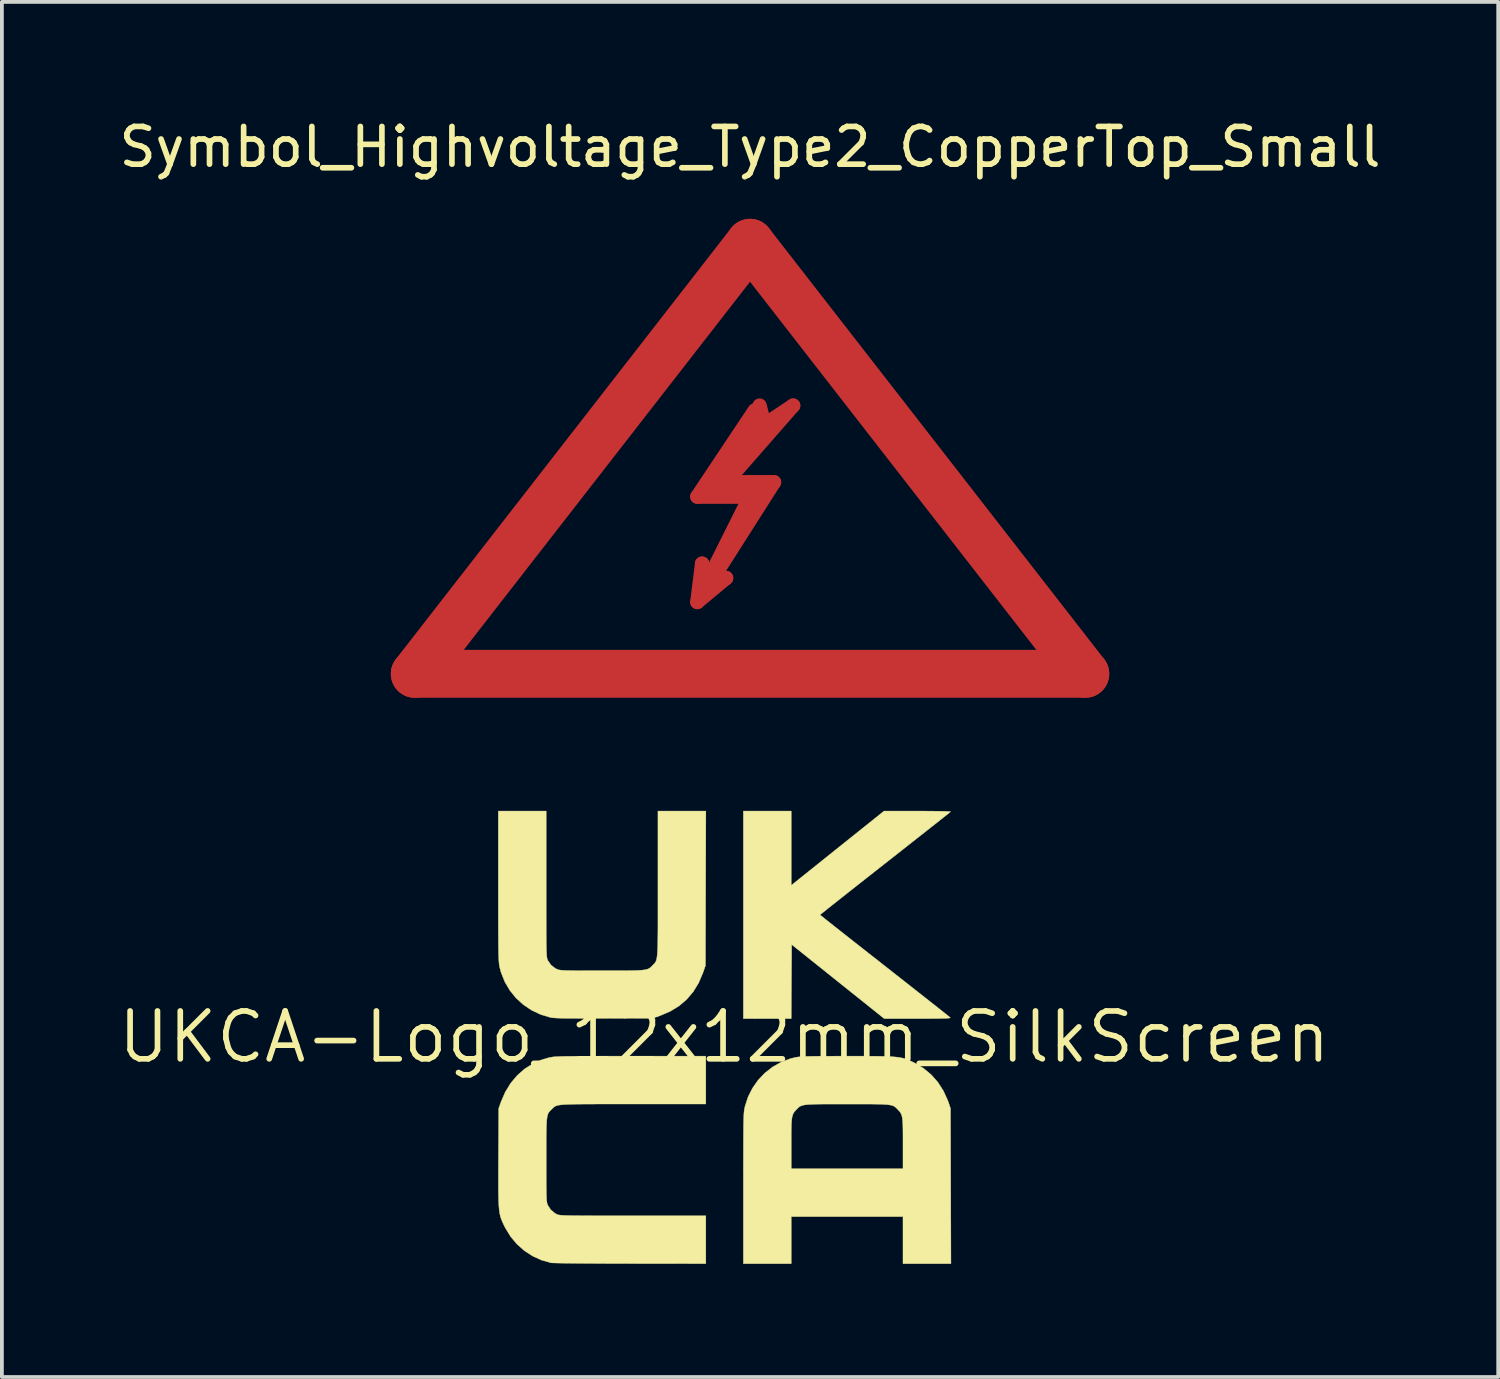
<source format=kicad_pcb>
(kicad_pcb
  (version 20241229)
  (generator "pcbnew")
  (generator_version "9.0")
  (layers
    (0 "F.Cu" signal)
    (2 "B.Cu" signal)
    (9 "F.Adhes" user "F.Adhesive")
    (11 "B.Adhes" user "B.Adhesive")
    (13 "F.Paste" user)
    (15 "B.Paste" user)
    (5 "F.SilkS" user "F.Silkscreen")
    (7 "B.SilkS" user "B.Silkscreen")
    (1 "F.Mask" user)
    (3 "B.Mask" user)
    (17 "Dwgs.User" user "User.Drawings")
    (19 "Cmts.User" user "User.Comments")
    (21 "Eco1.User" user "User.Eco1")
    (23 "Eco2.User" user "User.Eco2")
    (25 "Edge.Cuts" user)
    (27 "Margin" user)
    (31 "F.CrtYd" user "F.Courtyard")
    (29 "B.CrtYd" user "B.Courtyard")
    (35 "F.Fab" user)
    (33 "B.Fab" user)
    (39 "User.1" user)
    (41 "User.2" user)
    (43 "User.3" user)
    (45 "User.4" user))
  (footprint "UKCA-Logo_12x12mm_SilkScreen"
    (layer "F.Cu")
    (at 16.154 24.448)
    (property "Reference" "UKCA-Logo_12x12mm_SilkScreen" (at 0 0 0) (layer "F.SilkS") (effects (font (size 1.27 1.27) (thickness 0.15))))
    (attr through_hole)
    (fp_poly (pts (xy 1.778 -4.021) (xy 3.008 -5.006) (xy 4.238 -5.99) (xy 5.126 -5.99) (xy 5.315 -5.99) (xy 5.49 -5.989) (xy 5.646 -5.987) (xy 5.779 -5.985) (xy 5.885 -5.982) (xy 5.96 -5.979) (xy 5.999 -5.976) (xy 6.004 -5.974) (xy 5.986 -5.959) (xy 5.938 -5.92) (xy 5.86 -5.858) (xy 5.755 -5.775) (xy 5.627 -5.673) (xy 5.475 -5.554) (xy 5.304 -5.419) (xy 5.115 -5.27) (xy 4.91 -5.109) (xy 4.692 -4.937) (xy 4.463 -4.757) (xy 4.268 -4.604) (xy 4.031 -4.418) (xy 3.804 -4.239) (xy 3.589 -4.07) (xy 3.387 -3.911) (xy 3.202 -3.765) (xy 3.035 -3.633) (xy 2.889 -3.517) (xy 2.765 -3.419) (xy 2.667 -3.34) (xy 2.595 -3.283) (xy 2.553 -3.248) (xy 2.542 -3.239) (xy 2.558 -3.224) (xy 2.606 -3.186) (xy 2.682 -3.124) (xy 2.786 -3.042) (xy 2.913 -2.941) (xy 3.063 -2.823) (xy 3.234 -2.688) (xy 3.422 -2.54) (xy 3.626 -2.38) (xy 3.843 -2.209) (xy 4.072 -2.03) (xy 4.257 -1.884) (xy 4.494 -1.698) (xy 4.721 -1.52) (xy 4.937 -1.35) (xy 5.139 -1.191) (xy 5.325 -1.045) (xy 5.493 -0.912) (xy 5.641 -0.796) (xy 5.766 -0.697) (xy 5.866 -0.617) (xy 5.939 -0.559) (xy 5.982 -0.524) (xy 5.994 -0.513) (xy 5.992 -0.507) (xy 5.972 -0.501) (xy 5.93 -0.497) (xy 5.863 -0.493) (xy 5.768 -0.491) (xy 5.643 -0.489) (xy 5.484 -0.488) (xy 5.287 -0.487) (xy 5.13 -0.487) (xy 4.244 -0.487) (xy 3.016 -1.469) (xy 1.789 -2.451) (xy 1.783 -1.469) (xy 1.778 -0.487) (xy 0.508 -0.487) (xy 0.508 -5.99) (xy 1.778 -5.99) (xy 1.778 -4.021)) (stroke (width 0.01) (type solid)) (fill yes) (layer "F.SilkS"))
    (fp_poly (pts (xy -4.72 -4.053) (xy -4.72 -3.722) (xy -4.72 -3.432) (xy -4.72 -3.179) (xy -4.719 -2.959) (xy -4.719 -2.772) (xy -4.718 -2.613) (xy -4.717 -2.481) (xy -4.715 -2.373) (xy -4.713 -2.285) (xy -4.71 -2.216) (xy -4.707 -2.162) (xy -4.703 -2.122) (xy -4.698 -2.091) (xy -4.693 -2.068) (xy -4.687 -2.051) (xy -4.679 -2.035) (xy -4.676 -2.028) (xy -4.595 -1.911) (xy -4.486 -1.824) (xy -4.434 -1.797) (xy -4.413 -1.788) (xy -4.389 -1.781) (xy -4.356 -1.775) (xy -4.313 -1.77) (xy -4.255 -1.766) (xy -4.179 -1.763) (xy -4.081 -1.761) (xy -3.957 -1.759) (xy -3.804 -1.759) (xy -3.618 -1.758) (xy -3.396 -1.758) (xy -3.239 -1.758) (xy -2.983 -1.758) (xy -2.766 -1.758) (xy -2.584 -1.759) (xy -2.433 -1.761) (xy -2.311 -1.764) (xy -2.213 -1.77) (xy -2.135 -1.777) (xy -2.075 -1.787) (xy -2.028 -1.801) (xy -1.991 -1.817) (xy -1.961 -1.838) (xy -1.933 -1.863) (xy -1.905 -1.892) (xy -1.89 -1.908) (xy -1.868 -1.931) (xy -1.848 -1.951) (xy -1.831 -1.972) (xy -1.816 -1.996) (xy -1.803 -2.025) (xy -1.793 -2.063) (xy -1.784 -2.111) (xy -1.776 -2.173) (xy -1.77 -2.251) (xy -1.766 -2.349) (xy -1.762 -2.467) (xy -1.76 -2.61) (xy -1.758 -2.78) (xy -1.757 -2.979) (xy -1.757 -3.211) (xy -1.757 -3.477) (xy -1.757 -3.78) (xy -1.757 -4.063) (xy -1.757 -5.99) (xy -0.486 -5.99) (xy -0.492 -3.942) (xy -0.497 -1.894) (xy -0.567 -1.693) (xy -0.679 -1.432) (xy -0.821 -1.2) (xy -0.994 -0.997) (xy -1.196 -0.824) (xy -1.429 -0.681) (xy -1.69 -0.569) (xy -1.694 -0.567) (xy -1.894 -0.497) (xy -3.186 -0.493) (xy -3.465 -0.493) (xy -3.705 -0.492) (xy -3.908 -0.493) (xy -4.08 -0.494) (xy -4.221 -0.495) (xy -4.336 -0.498) (xy -4.428 -0.501) (xy -4.5 -0.505) (xy -4.556 -0.51) (xy -4.597 -0.516) (xy -4.612 -0.519) (xy -4.871 -0.597) (xy -5.11 -0.711) (xy -5.328 -0.858) (xy -5.521 -1.034) (xy -5.686 -1.238) (xy -5.819 -1.465) (xy -5.917 -1.713) (xy -5.948 -1.826) (xy -5.955 -1.857) (xy -5.961 -1.889) (xy -5.967 -1.924) (xy -5.971 -1.966) (xy -5.975 -2.017) (xy -5.979 -2.08) (xy -5.982 -2.157) (xy -5.984 -2.252) (xy -5.986 -2.368) (xy -5.987 -2.506) (xy -5.988 -2.67) (xy -5.989 -2.862) (xy -5.99 -3.085) (xy -5.99 -3.342) (xy -5.99 -3.636) (xy -5.99 -3.97) (xy -5.99 -3.995) (xy -5.99 -5.99) (xy -4.72 -5.99) (xy -4.72 -4.053)) (stroke (width 0.01) (type solid)) (fill yes) (layer "F.SilkS"))
    (fp_poly (pts (xy 3.554 0.508) (xy 3.795 0.509) (xy 4 0.51) (xy 4.175 0.513) (xy 4.323 0.517) (xy 4.447 0.523) (xy 4.552 0.532) (xy 4.64 0.543) (xy 4.717 0.557) (xy 4.785 0.575) (xy 4.849 0.597) (xy 4.911 0.623) (xy 4.977 0.653) (xy 5.048 0.688) (xy 5.282 0.828) (xy 5.488 0.999) (xy 5.666 1.2) (xy 5.813 1.43) (xy 5.93 1.687) (xy 5.951 1.746) (xy 6.001 1.894) (xy 6.007 3.953) (xy 6.013 6.011) (xy 4.741 6.011) (xy 4.741 4.763) (xy 1.778 4.763) (xy 1.778 6.011) (xy 0.508 6.011) (xy 0.508 4.016) (xy 0.508 3.68) (xy 0.508 3.383) (xy 0.509 3.124) (xy 0.509 2.898) (xy 0.509 2.814) (xy 1.778 2.814) (xy 1.778 3.493) (xy 4.741 3.493) (xy 4.741 2.825) (xy 4.741 2.626) (xy 4.74 2.464) (xy 4.737 2.335) (xy 4.732 2.233) (xy 4.724 2.154) (xy 4.711 2.093) (xy 4.695 2.045) (xy 4.673 2.006) (xy 4.645 1.969) (xy 4.61 1.931) (xy 4.608 1.929) (xy 4.578 1.897) (xy 4.55 1.87) (xy 4.521 1.848) (xy 4.488 1.829) (xy 4.446 1.814) (xy 4.393 1.803) (xy 4.324 1.794) (xy 4.236 1.788) (xy 4.125 1.783) (xy 3.988 1.781) (xy 3.821 1.779) (xy 3.62 1.779) (xy 3.383 1.779) (xy 3.26 1.779) (xy 3.004 1.779) (xy 2.787 1.779) (xy 2.605 1.78) (xy 2.454 1.782) (xy 2.332 1.786) (xy 2.234 1.791) (xy 2.156 1.798) (xy 2.096 1.809) (xy 2.049 1.822) (xy 2.012 1.839) (xy 1.982 1.859) (xy 1.954 1.884) (xy 1.926 1.914) (xy 1.911 1.929) (xy 1.876 1.967) (xy 1.848 2.004) (xy 1.826 2.043) (xy 1.809 2.09) (xy 1.796 2.151) (xy 1.788 2.228) (xy 1.782 2.329) (xy 1.779 2.457) (xy 1.778 2.617) (xy 1.778 2.814) (xy 0.509 2.814) (xy 0.51 2.704) (xy 0.511 2.538) (xy 0.512 2.398) (xy 0.514 2.281) (xy 0.516 2.185) (xy 0.519 2.106) (xy 0.522 2.042) (xy 0.526 1.99) (xy 0.531 1.948) (xy 0.536 1.912) (xy 0.543 1.88) (xy 0.55 1.85) (xy 0.55 1.847) (xy 0.632 1.592) (xy 0.75 1.357) (xy 0.9 1.143) (xy 1.079 0.955) (xy 1.284 0.795) (xy 1.511 0.667) (xy 1.757 0.574) (xy 1.89 0.541) (xy 1.93 0.534) (xy 1.979 0.528) (xy 2.038 0.523) (xy 2.113 0.519) (xy 2.205 0.515) (xy 2.32 0.513) (xy 2.46 0.511) (xy 2.629 0.509) (xy 2.831 0.509) (xy 3.068 0.508) (xy 3.275 0.508) (xy 3.554 0.508)) (stroke (width 0.01) (type solid)) (fill yes) (layer "F.SilkS"))
    (fp_poly (pts (xy -0.487 1.778) (xy -2.414 1.778) (xy -2.751 1.778) (xy -3.048 1.778) (xy -3.308 1.778) (xy -3.534 1.779) (xy -3.728 1.78) (xy -3.893 1.781) (xy -4.031 1.784) (xy -4.146 1.788) (xy -4.24 1.792) (xy -4.315 1.798) (xy -4.375 1.806) (xy -4.421 1.815) (xy -4.458 1.827) (xy -4.486 1.84) (xy -4.509 1.855) (xy -4.529 1.873) (xy -4.55 1.893) (xy -4.569 1.911) (xy -4.601 1.942) (xy -4.628 1.969) (xy -4.651 1.998) (xy -4.669 2.031) (xy -4.684 2.073) (xy -4.695 2.127) (xy -4.704 2.196) (xy -4.71 2.284) (xy -4.715 2.395) (xy -4.717 2.532) (xy -4.719 2.699) (xy -4.719 2.899) (xy -4.719 3.137) (xy -4.719 3.26) (xy -4.719 3.506) (xy -4.719 3.713) (xy -4.718 3.886) (xy -4.717 4.027) (xy -4.715 4.14) (xy -4.713 4.229) (xy -4.71 4.298) (xy -4.706 4.35) (xy -4.7 4.389) (xy -4.694 4.419) (xy -4.686 4.443) (xy -4.678 4.461) (xy -4.603 4.578) (xy -4.493 4.671) (xy -4.441 4.701) (xy -4.426 4.708) (xy -4.408 4.714) (xy -4.385 4.719) (xy -4.354 4.724) (xy -4.313 4.728) (xy -4.258 4.731) (xy -4.186 4.734) (xy -4.096 4.736) (xy -3.985 4.738) (xy -3.85 4.739) (xy -3.688 4.74) (xy -3.497 4.741) (xy -3.273 4.741) (xy -3.015 4.741) (xy -2.72 4.741) (xy -2.424 4.741) (xy -0.487 4.741) (xy -0.487 6.011) (xy -2.492 6.009) (xy -2.782 6.008) (xy -3.061 6.008) (xy -3.327 6.006) (xy -3.576 6.005) (xy -3.805 6.003) (xy -4.011 6.001) (xy -4.19 5.999) (xy -4.341 5.997) (xy -4.459 5.994) (xy -4.542 5.992) (xy -4.587 5.989) (xy -4.592 5.988) (xy -4.843 5.918) (xy -5.08 5.81) (xy -5.3 5.667) (xy -5.496 5.493) (xy -5.665 5.291) (xy -5.803 5.065) (xy -5.812 5.048) (xy -5.847 4.977) (xy -5.877 4.914) (xy -5.902 4.854) (xy -5.924 4.794) (xy -5.942 4.73) (xy -5.956 4.659) (xy -5.967 4.577) (xy -5.975 4.48) (xy -5.981 4.365) (xy -5.985 4.228) (xy -5.987 4.066) (xy -5.988 3.875) (xy -5.988 3.65) (xy -5.987 3.39) (xy -5.986 3.204) (xy -5.98 1.894) (xy -5.92 1.725) (xy -5.807 1.463) (xy -5.664 1.229) (xy -5.492 1.023) (xy -5.295 0.849) (xy -5.073 0.708) (xy -4.828 0.601) (xy -4.657 0.551) (xy -4.625 0.544) (xy -4.593 0.538) (xy -4.559 0.532) (xy -4.518 0.527) (xy -4.469 0.523) (xy -4.408 0.52) (xy -4.333 0.517) (xy -4.242 0.514) (xy -4.13 0.513) (xy -3.997 0.511) (xy -3.838 0.51) (xy -3.652 0.509) (xy -3.434 0.509) (xy -3.184 0.508) (xy -2.897 0.508) (xy -2.572 0.508) (xy -2.482 0.508) (xy -0.487 0.508) (xy -0.487 1.778)) (stroke (width 0.01) (type solid)) (fill yes) (layer "F.SilkS")))
  (footprint "Symbol_Highvoltage_Type2_CopperTop_Small"
    (layer "F.Cu")
    (at 16.839 11.008)
    (property "Reference" "Symbol_Highvoltage_Type2_CopperTop_Small" (at 0 -10.16 0) (layer "F.SilkS") (effects (font (size 1 1) (thickness 0.15))))
    (attr exclude_from_pos_files exclude_from_bom)
    (fp_line (start -8.89 3.81) (end 0 -7.62) (stroke (width 1.27) (type solid)) (layer "F.Cu"))
    (fp_line (start -1.397 -0.889) (end 0 -0.889) (stroke (width 0.381) (type solid)) (layer "F.Cu"))
    (fp_line (start -1.397 1.905) (end -0.635 1.27) (stroke (width 0.381) (type solid)) (layer "F.Cu"))
    (fp_line (start -1.27 0.889) (end -1.397 1.905) (stroke (width 0.381) (type solid)) (layer "F.Cu"))
    (fp_line (start -1.143 1.397) (end -1.27 0.889) (stroke (width 0.381) (type solid)) (layer "F.Cu"))
    (fp_line (start -1.143 1.524) (end 0.635 -1.27) (stroke (width 0.381) (type solid)) (layer "F.Cu"))
    (fp_line (start -1.016 -1.016) (end 0.254 -1.016) (stroke (width 0.381) (type solid)) (layer "F.Cu"))
    (fp_line (start -0.635 -1.27) (end 1.143 -3.302) (stroke (width 0.381) (type solid)) (layer "F.Cu"))
    (fp_line (start -0.635 1.27) (end -1.143 1.524) (stroke (width 0.381) (type solid)) (layer "F.Cu"))
    (fp_line (start 0 -7.62) (end 8.89 3.81) (stroke (width 1.27) (type solid)) (layer "F.Cu"))
    (fp_line (start 0 -0.889) (end -1.143 1.397) (stroke (width 0.381) (type solid)) (layer "F.Cu"))
    (fp_line (start 0.127 -3.175) (end -1.397 -0.889) (stroke (width 0.381) (type solid)) (layer "F.Cu"))
    (fp_line (start 0.381 -2.921) (end -1.016 -1.016) (stroke (width 0.381) (type solid)) (layer "F.Cu"))
    (fp_line (start 0.381 -2.794) (end 0.254 -3.302) (stroke (width 0.381) (type solid)) (layer "F.Cu"))
    (fp_line (start 0.635 -1.27) (end -0.635 -1.27) (stroke (width 0.381) (type solid)) (layer "F.Cu"))
    (fp_line (start 1.143 -3.302) (end 0.381 -2.794) (stroke (width 0.381) (type solid)) (layer "F.Cu"))
    (fp_line (start 8.89 3.81) (end -8.89 3.81) (stroke (width 1.27) (type solid)) (layer "F.Cu")))
  (gr_rect
    (start -3 -3)
    (end 36.679 33.465)
    (stroke (width 0.1) (type default))
    (fill no)
    (layer "Edge.Cuts")))
</source>
